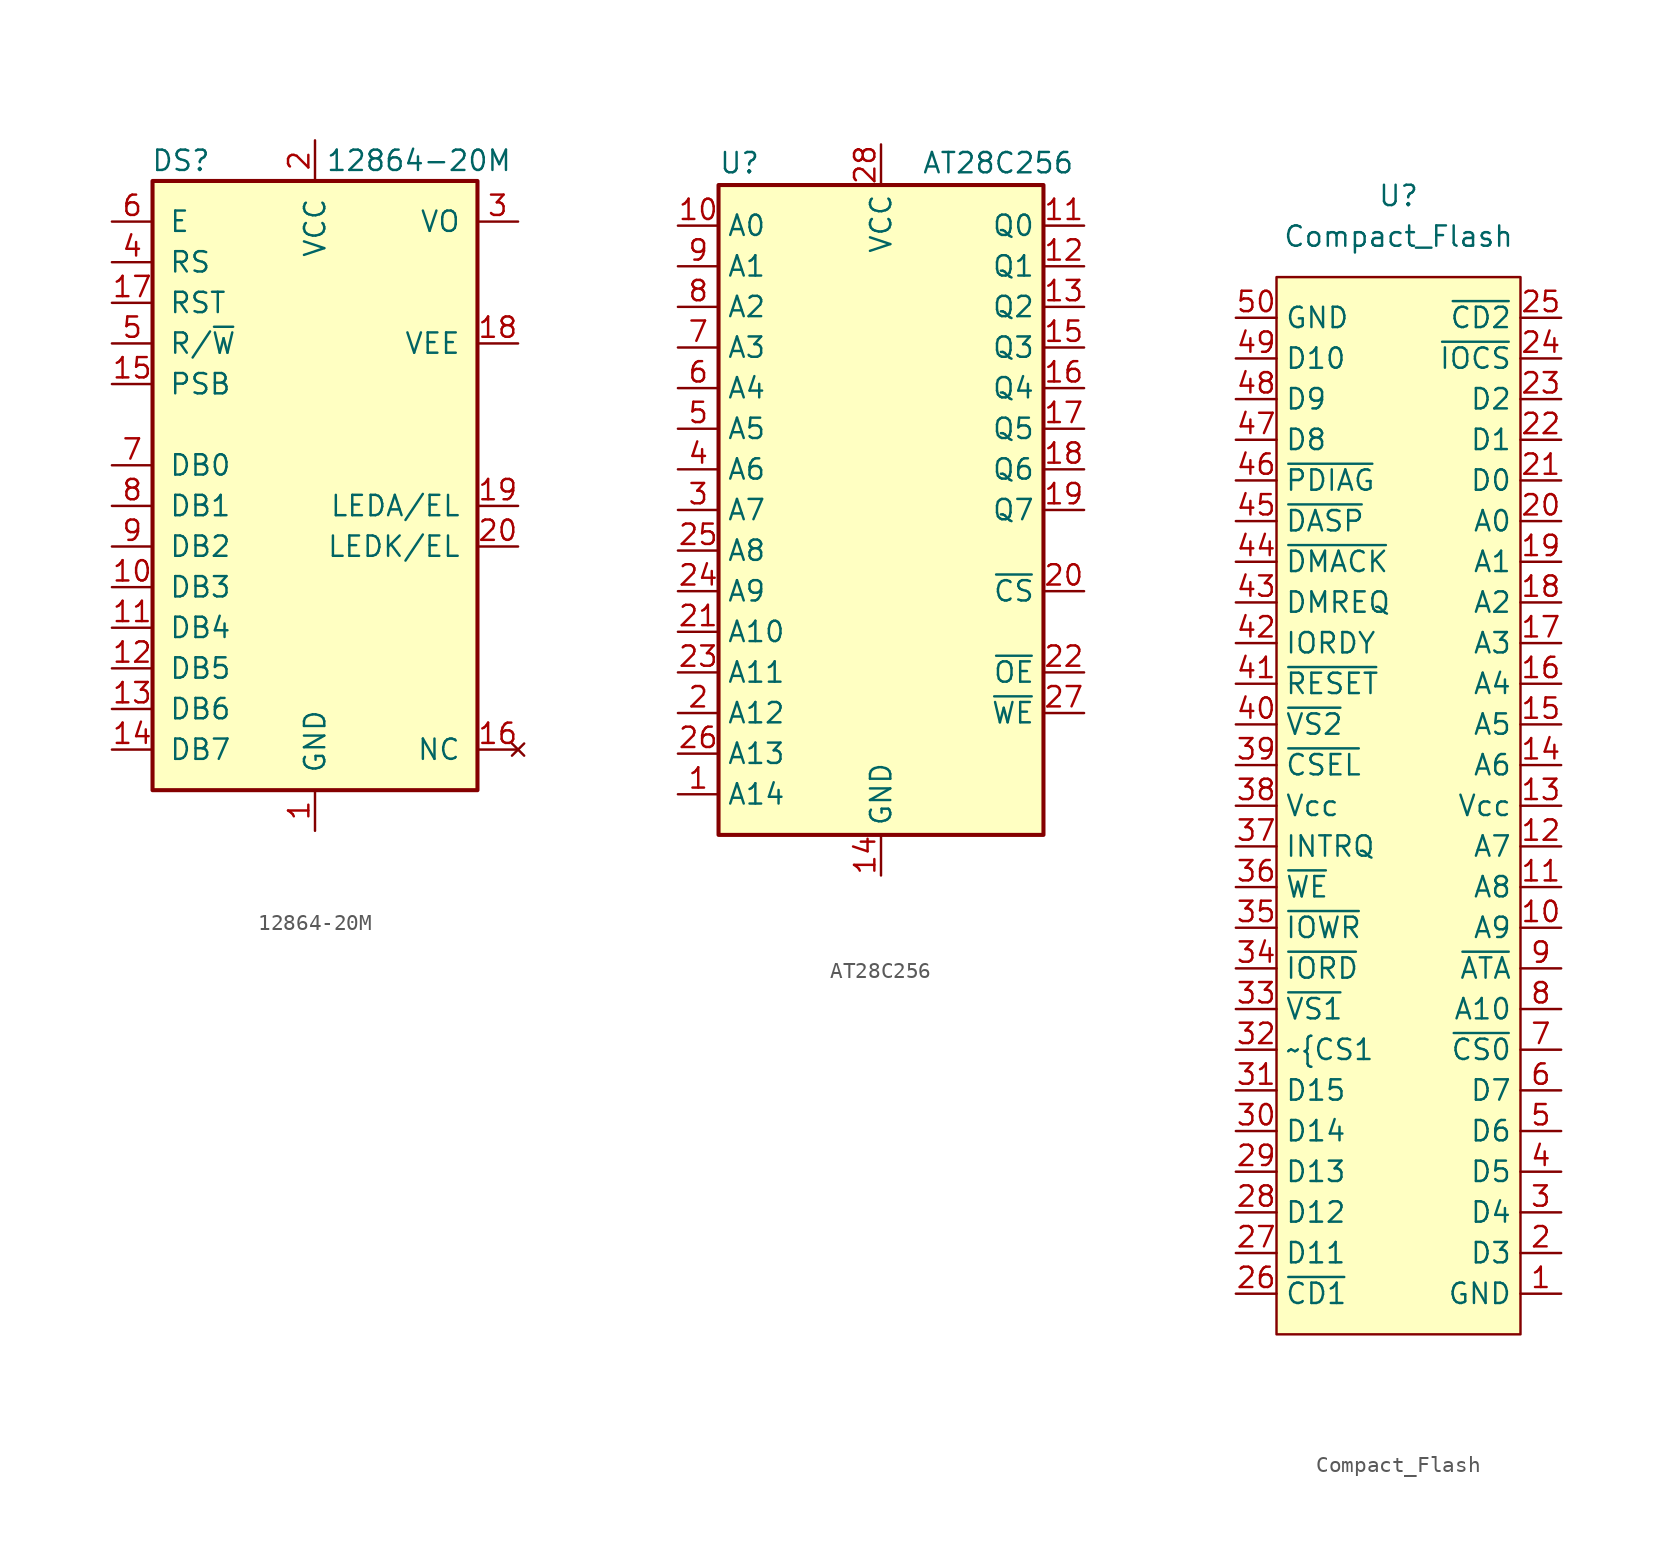
<source format=kicad_sym>
(kicad_symbol_lib
  (version 20220914)
  (generator kicad_symbol_editor)
  (symbol "12864-20M"
    (pin_names
      (offset 1.016))
    (property "Reference" "DS"
      (at -8.382 19.05 0)
      (effects (font (size 1.27 1.27))))
    (property "Value" "12864-20M"
      (at 6.5 19.05 0)
      (effects (font (size 1.27 1.27))))
    (symbol "12864-20M_0_1"
      (rectangle (start -10.16 17.78) (end 10.16 -20.32) (stroke (width 0.254) (type default)) (fill (type background))))
    (symbol "12864-20M_1_1"
      (pin power_in line (at 0 -22.86 90) (length 2.54) (name "GND" (effects (font (size 1.27 1.27)))) (number "1" (effects (font (size 1.27 1.27)))))
      (pin bidirectional line (at -12.7 -7.62 0) (length 2.54) (name "DB3" (effects (font (size 1.27 1.27)))) (number "10" (effects (font (size 1.27 1.27)))))
      (pin bidirectional line (at -12.7 -10.16 0) (length 2.54) (name "DB4" (effects (font (size 1.27 1.27)))) (number "11" (effects (font (size 1.27 1.27)))))
      (pin bidirectional line (at -12.7 -12.7 0) (length 2.54) (name "DB5" (effects (font (size 1.27 1.27)))) (number "12" (effects (font (size 1.27 1.27)))))
      (pin bidirectional line (at -12.7 -15.24 0) (length 2.54) (name "DB6" (effects (font (size 1.27 1.27)))) (number "13" (effects (font (size 1.27 1.27)))))
      (pin bidirectional line (at -12.7 -17.78 0) (length 2.54) (name "DB7" (effects (font (size 1.27 1.27)))) (number "14" (effects (font (size 1.27 1.27)))))
      (pin input line (at -12.7 5.08 0) (length 2.54) (name "PSB" (effects (font (size 1.27 1.27)))) (number "15" (effects (font (size 1.27 1.27)))))
      (pin no_connect line (at 12.7 -17.78 180) (length 2.54) (name "NC" (effects (font (size 1.27 1.27)))) (number "16" (effects (font (size 1.27 1.27)))))
      (pin input line (at -12.7 10.16 0) (length 2.54) (name "RST" (effects (font (size 1.27 1.27)))) (number "17" (effects (font (size 1.27 1.27)))))
      (pin passive line (at 12.7 7.62 180) (length 2.54) (name "VEE" (effects (font (size 1.27 1.27)))) (number "18" (effects (font (size 1.27 1.27)))))
      (pin passive line (at 12.7 -2.54 180) (length 2.54) (name "LEDA/EL" (effects (font (size 1.27 1.27)))) (number "19" (effects (font (size 1.27 1.27)))))
      (pin power_in line (at 0 20.32 270) (length 2.54) (name "VCC" (effects (font (size 1.27 1.27)))) (number "2" (effects (font (size 1.27 1.27)))))
      (pin passive line (at 12.7 -5.08 180) (length 2.54) (name "LEDK/EL" (effects (font (size 1.27 1.27)))) (number "20" (effects (font (size 1.27 1.27)))))
      (pin passive line (at 12.7 15.24 180) (length 2.54) (name "VO" (effects (font (size 1.27 1.27)))) (number "3" (effects (font (size 1.27 1.27)))))
      (pin input line (at -12.7 12.7 0) (length 2.54) (name "RS" (effects (font (size 1.27 1.27)))) (number "4" (effects (font (size 1.27 1.27)))))
      (pin input line (at -12.7 7.62 0) (length 2.54) (name "R/~{W}" (effects (font (size 1.27 1.27)))) (number "5" (effects (font (size 1.27 1.27)))))
      (pin input line (at -12.7 15.24 0) (length 2.54) (name "E" (effects (font (size 1.27 1.27)))) (number "6" (effects (font (size 1.27 1.27)))))
      (pin bidirectional line (at -12.7 0 0) (length 2.54) (name "DB0" (effects (font (size 1.27 1.27)))) (number "7" (effects (font (size 1.27 1.27)))))
      (pin bidirectional line (at -12.7 -2.54 0) (length 2.54) (name "DB1" (effects (font (size 1.27 1.27)))) (number "8" (effects (font (size 1.27 1.27)))))
      (pin bidirectional line (at -12.7 -5.08 0) (length 2.54) (name "DB2" (effects (font (size 1.27 1.27)))) (number "9" (effects (font (size 1.27 1.27)))))))
  (symbol "AT28C256"
    (property "Reference" "U"
      (at -10.16 20.955 0)
      (effects (font (size 1.27 1.27)) (justify left bottom)))
    (property "Value" "AT28C256"
      (at 2.54 20.955 0)
      (effects (font (size 1.27 1.27)) (justify left bottom)))
    (symbol "AT28C256_0_0"
      (pin power_in line (at 0 -22.86 90) (length 2.54) (name "GND" (effects (font (size 1.27 1.27)))) (number "14" (effects (font (size 1.27 1.27)))))
      (pin power_in line (at 0 22.86 270) (length 2.54) (name "VCC" (effects (font (size 1.27 1.27)))) (number "28" (effects (font (size 1.27 1.27))))))
    (symbol "AT28C256_0_1"
      (rectangle (start -10.16 20.32) (end 10.16 -20.32) (stroke (width 0.254) (type default)) (fill (type background))))
    (symbol "AT28C256_1_1"
      (pin input line (at -12.7 -17.78 0) (length 2.54) (name "A14" (effects (font (size 1.27 1.27)))) (number "1" (effects (font (size 1.27 1.27)))))
      (pin input line (at -12.7 17.78 0) (length 2.54) (name "A0" (effects (font (size 1.27 1.27)))) (number "10" (effects (font (size 1.27 1.27)))))
      (pin tri_state line (at 12.7 17.78 180) (length 2.54) (name "Q0" (effects (font (size 1.27 1.27)))) (number "11" (effects (font (size 1.27 1.27)))))
      (pin tri_state line (at 12.7 15.24 180) (length 2.54) (name "Q1" (effects (font (size 1.27 1.27)))) (number "12" (effects (font (size 1.27 1.27)))))
      (pin tri_state line (at 12.7 12.7 180) (length 2.54) (name "Q2" (effects (font (size 1.27 1.27)))) (number "13" (effects (font (size 1.27 1.27)))))
      (pin tri_state line (at 12.7 10.16 180) (length 2.54) (name "Q3" (effects (font (size 1.27 1.27)))) (number "15" (effects (font (size 1.27 1.27)))))
      (pin tri_state line (at 12.7 7.62 180) (length 2.54) (name "Q4" (effects (font (size 1.27 1.27)))) (number "16" (effects (font (size 1.27 1.27)))))
      (pin tri_state line (at 12.7 5.08 180) (length 2.54) (name "Q5" (effects (font (size 1.27 1.27)))) (number "17" (effects (font (size 1.27 1.27)))))
      (pin tri_state line (at 12.7 2.54 180) (length 2.54) (name "Q6" (effects (font (size 1.27 1.27)))) (number "18" (effects (font (size 1.27 1.27)))))
      (pin tri_state line (at 12.7 0 180) (length 2.54) (name "Q7" (effects (font (size 1.27 1.27)))) (number "19" (effects (font (size 1.27 1.27)))))
      (pin input line (at -12.7 -12.7 0) (length 2.54) (name "A12" (effects (font (size 1.27 1.27)))) (number "2" (effects (font (size 1.27 1.27)))))
      (pin input line (at 12.7 -5.08 180) (length 2.54) (name "~{CS}" (effects (font (size 1.27 1.27)))) (number "20" (effects (font (size 1.27 1.27)))))
      (pin input line (at -12.7 -7.62 0) (length 2.54) (name "A10" (effects (font (size 1.27 1.27)))) (number "21" (effects (font (size 1.27 1.27)))))
      (pin input line (at 12.7 -10.16 180) (length 2.54) (name "~{OE}" (effects (font (size 1.27 1.27)))) (number "22" (effects (font (size 1.27 1.27)))))
      (pin input line (at -12.7 -10.16 0) (length 2.54) (name "A11" (effects (font (size 1.27 1.27)))) (number "23" (effects (font (size 1.27 1.27)))))
      (pin input line (at -12.7 -5.08 0) (length 2.54) (name "A9" (effects (font (size 1.27 1.27)))) (number "24" (effects (font (size 1.27 1.27)))))
      (pin input line (at -12.7 -2.54 0) (length 2.54) (name "A8" (effects (font (size 1.27 1.27)))) (number "25" (effects (font (size 1.27 1.27)))))
      (pin input line (at -12.7 -15.24 0) (length 2.54) (name "A13" (effects (font (size 1.27 1.27)))) (number "26" (effects (font (size 1.27 1.27)))))
      (pin input line (at 12.7 -12.7 180) (length 2.54) (name "~{WE}" (effects (font (size 1.27 1.27)))) (number "27" (effects (font (size 1.27 1.27)))))
      (pin input line (at -12.7 0 0) (length 2.54) (name "A7" (effects (font (size 1.27 1.27)))) (number "3" (effects (font (size 1.27 1.27)))))
      (pin input line (at -12.7 2.54 0) (length 2.54) (name "A6" (effects (font (size 1.27 1.27)))) (number "4" (effects (font (size 1.27 1.27)))))
      (pin input line (at -12.7 5.08 0) (length 2.54) (name "A5" (effects (font (size 1.27 1.27)))) (number "5" (effects (font (size 1.27 1.27)))))
      (pin input line (at -12.7 7.62 0) (length 2.54) (name "A4" (effects (font (size 1.27 1.27)))) (number "6" (effects (font (size 1.27 1.27)))))
      (pin input line (at -12.7 10.16 0) (length 2.54) (name "A3" (effects (font (size 1.27 1.27)))) (number "7" (effects (font (size 1.27 1.27)))))
      (pin input line (at -12.7 12.7 0) (length 2.54) (name "A2" (effects (font (size 1.27 1.27)))) (number "8" (effects (font (size 1.27 1.27)))))
      (pin input line (at -12.7 15.24 0) (length 2.54) (name "A1" (effects (font (size 1.27 1.27)))) (number "9" (effects (font (size 1.27 1.27)))))))
  (symbol "Compact_Flash"
    (property "Reference" "U"
      (at 0 2.54 0)
      (effects (font (size 1.27 1.27))))
    (property "Value" "Compact_Flash"
      (at 0 0 0)
      (effects (font (size 1.27 1.27))))
    (symbol "Compact_Flash_0_1"
      (rectangle (start -7.62 -2.54) (end 7.62 -68.58) (stroke (width 0) (type default)) (fill (type background))))
    (symbol "Compact_Flash_1_1"
      (pin passive line (at 10.16 -66.04 180) (length 2.54) (name "GND" (effects (font (size 1.27 1.27)))) (number "1" (effects (font (size 1.27 1.27)))))
      (pin input line (at 10.16 -43.18 180) (length 2.54) (name "A9" (effects (font (size 1.27 1.27)))) (number "10" (effects (font (size 1.27 1.27)))))
      (pin input line (at 10.16 -40.64 180) (length 2.54) (name "A8" (effects (font (size 1.27 1.27)))) (number "11" (effects (font (size 1.27 1.27)))))
      (pin input line (at 10.16 -38.1 180) (length 2.54) (name "A7" (effects (font (size 1.27 1.27)))) (number "12" (effects (font (size 1.27 1.27)))))
      (pin passive line (at 10.16 -35.56 180) (length 2.54) (name "Vcc" (effects (font (size 1.27 1.27)))) (number "13" (effects (font (size 1.27 1.27)))))
      (pin input line (at 10.16 -33.02 180) (length 2.54) (name "A6" (effects (font (size 1.27 1.27)))) (number "14" (effects (font (size 1.27 1.27)))))
      (pin input line (at 10.16 -30.48 180) (length 2.54) (name "A5" (effects (font (size 1.27 1.27)))) (number "15" (effects (font (size 1.27 1.27)))))
      (pin input line (at 10.16 -27.94 180) (length 2.54) (name "A4" (effects (font (size 1.27 1.27)))) (number "16" (effects (font (size 1.27 1.27)))))
      (pin input line (at 10.16 -25.4 180) (length 2.54) (name "A3" (effects (font (size 1.27 1.27)))) (number "17" (effects (font (size 1.27 1.27)))))
      (pin input line (at 10.16 -22.86 180) (length 2.54) (name "A2" (effects (font (size 1.27 1.27)))) (number "18" (effects (font (size 1.27 1.27)))))
      (pin input line (at 10.16 -20.32 180) (length 2.54) (name "A1" (effects (font (size 1.27 1.27)))) (number "19" (effects (font (size 1.27 1.27)))))
      (pin bidirectional line (at 10.16 -63.5 180) (length 2.54) (name "D3" (effects (font (size 1.27 1.27)))) (number "2" (effects (font (size 1.27 1.27)))))
      (pin input line (at 10.16 -17.78 180) (length 2.54) (name "A0" (effects (font (size 1.27 1.27)))) (number "20" (effects (font (size 1.27 1.27)))))
      (pin bidirectional line (at 10.16 -15.24 180) (length 2.54) (name "D0" (effects (font (size 1.27 1.27)))) (number "21" (effects (font (size 1.27 1.27)))))
      (pin bidirectional line (at 10.16 -12.7 180) (length 2.54) (name "D1" (effects (font (size 1.27 1.27)))) (number "22" (effects (font (size 1.27 1.27)))))
      (pin bidirectional line (at 10.16 -10.16 180) (length 2.54) (name "D2" (effects (font (size 1.27 1.27)))) (number "23" (effects (font (size 1.27 1.27)))))
      (pin output line (at 10.16 -7.62 180) (length 2.54) (name "~{IOCS}" (effects (font (size 1.27 1.27)))) (number "24" (effects (font (size 1.27 1.27)))))
      (pin output line (at 10.16 -5.08 180) (length 2.54) (name "~{CD2}" (effects (font (size 1.27 1.27)))) (number "25" (effects (font (size 1.27 1.27)))))
      (pin output line (at -10.16 -66.04 0) (length 2.54) (name "~{CD1}" (effects (font (size 1.27 1.27)))) (number "26" (effects (font (size 1.27 1.27)))))
      (pin bidirectional line (at -10.16 -63.5 0) (length 2.54) (name "D11" (effects (font (size 1.27 1.27)))) (number "27" (effects (font (size 1.27 1.27)))))
      (pin bidirectional line (at -10.16 -60.96 0) (length 2.54) (name "D12" (effects (font (size 1.27 1.27)))) (number "28" (effects (font (size 1.27 1.27)))))
      (pin bidirectional line (at -10.16 -58.42 0) (length 2.54) (name "D13" (effects (font (size 1.27 1.27)))) (number "29" (effects (font (size 1.27 1.27)))))
      (pin bidirectional line (at 10.16 -60.96 180) (length 2.54) (name "D4" (effects (font (size 1.27 1.27)))) (number "3" (effects (font (size 1.27 1.27)))))
      (pin bidirectional line (at -10.16 -55.88 0) (length 2.54) (name "D14" (effects (font (size 1.27 1.27)))) (number "30" (effects (font (size 1.27 1.27)))))
      (pin bidirectional line (at -10.16 -53.34 0) (length 2.54) (name "D15" (effects (font (size 1.27 1.27)))) (number "31" (effects (font (size 1.27 1.27)))))
      (pin input line (at -10.16 -50.8 0) (length 2.54) (name "~{CS1" (effects (font (size 1.27 1.27)))) (number "32" (effects (font (size 1.27 1.27)))))
      (pin output line (at -10.16 -48.26 0) (length 2.54) (name "~{VS1}" (effects (font (size 1.27 1.27)))) (number "33" (effects (font (size 1.27 1.27)))))
      (pin input line (at -10.16 -45.72 0) (length 2.54) (name "~{IORD}" (effects (font (size 1.27 1.27)))) (number "34" (effects (font (size 1.27 1.27)))))
      (pin input line (at -10.16 -43.18 0) (length 2.54) (name "~{IOWR}" (effects (font (size 1.27 1.27)))) (number "35" (effects (font (size 1.27 1.27)))))
      (pin input line (at -10.16 -40.64 0) (length 2.54) (name "~{WE}" (effects (font (size 1.27 1.27)))) (number "36" (effects (font (size 1.27 1.27)))))
      (pin output line (at -10.16 -38.1 0) (length 2.54) (name "INTRQ" (effects (font (size 1.27 1.27)))) (number "37" (effects (font (size 1.27 1.27)))))
      (pin passive line (at -10.16 -35.56 0) (length 2.54) (name "Vcc" (effects (font (size 1.27 1.27)))) (number "38" (effects (font (size 1.27 1.27)))))
      (pin input line (at -10.16 -33.02 0) (length 2.54) (name "~{CSEL}" (effects (font (size 1.27 1.27)))) (number "39" (effects (font (size 1.27 1.27)))))
      (pin bidirectional line (at 10.16 -58.42 180) (length 2.54) (name "D5" (effects (font (size 1.27 1.27)))) (number "4" (effects (font (size 1.27 1.27)))))
      (pin output line (at -10.16 -30.48 0) (length 2.54) (name "~{VS2}" (effects (font (size 1.27 1.27)))) (number "40" (effects (font (size 1.27 1.27)))))
      (pin input line (at -10.16 -27.94 0) (length 2.54) (name "~{RESET}" (effects (font (size 1.27 1.27)))) (number "41" (effects (font (size 1.27 1.27)))))
      (pin output line (at -10.16 -25.4 0) (length 2.54) (name "IORDY" (effects (font (size 1.27 1.27)))) (number "42" (effects (font (size 1.27 1.27)))))
      (pin output line (at -10.16 -22.86 0) (length 2.54) (name "DMREQ" (effects (font (size 1.27 1.27)))) (number "43" (effects (font (size 1.27 1.27)))))
      (pin input line (at -10.16 -20.32 0) (length 2.54) (name "~{DMACK}" (effects (font (size 1.27 1.27)))) (number "44" (effects (font (size 1.27 1.27)))))
      (pin output line (at -10.16 -17.78 0) (length 2.54) (name "~{DASP}" (effects (font (size 1.27 1.27)))) (number "45" (effects (font (size 1.27 1.27)))))
      (pin output line (at -10.16 -15.24 0) (length 2.54) (name "~{PDIAG}" (effects (font (size 1.27 1.27)))) (number "46" (effects (font (size 1.27 1.27)))))
      (pin bidirectional line (at -10.16 -12.7 0) (length 2.54) (name "D8" (effects (font (size 1.27 1.27)))) (number "47" (effects (font (size 1.27 1.27)))))
      (pin bidirectional line (at -10.16 -10.16 0) (length 2.54) (name "D9" (effects (font (size 1.27 1.27)))) (number "48" (effects (font (size 1.27 1.27)))))
      (pin bidirectional line (at -10.16 -7.62 0) (length 2.54) (name "D10" (effects (font (size 1.27 1.27)))) (number "49" (effects (font (size 1.27 1.27)))))
      (pin bidirectional line (at 10.16 -55.88 180) (length 2.54) (name "D6" (effects (font (size 1.27 1.27)))) (number "5" (effects (font (size 1.27 1.27)))))
      (pin passive line (at -10.16 -5.08 0) (length 2.54) (name "GND" (effects (font (size 1.27 1.27)))) (number "50" (effects (font (size 1.27 1.27)))))
      (pin bidirectional line (at 10.16 -53.34 180) (length 2.54) (name "D7" (effects (font (size 1.27 1.27)))) (number "6" (effects (font (size 1.27 1.27)))))
      (pin input line (at 10.16 -50.8 180) (length 2.54) (name "~{CS0}" (effects (font (size 1.27 1.27)))) (number "7" (effects (font (size 1.27 1.27)))))
      (pin input line (at 10.16 -48.26 180) (length 2.54) (name "A10" (effects (font (size 1.27 1.27)))) (number "8" (effects (font (size 1.27 1.27)))))
      (pin input line (at 10.16 -45.72 180) (length 2.54) (name "~{ATA}" (effects (font (size 1.27 1.27)))) (number "9" (effects (font (size 1.27 1.27))))))))
</source>
